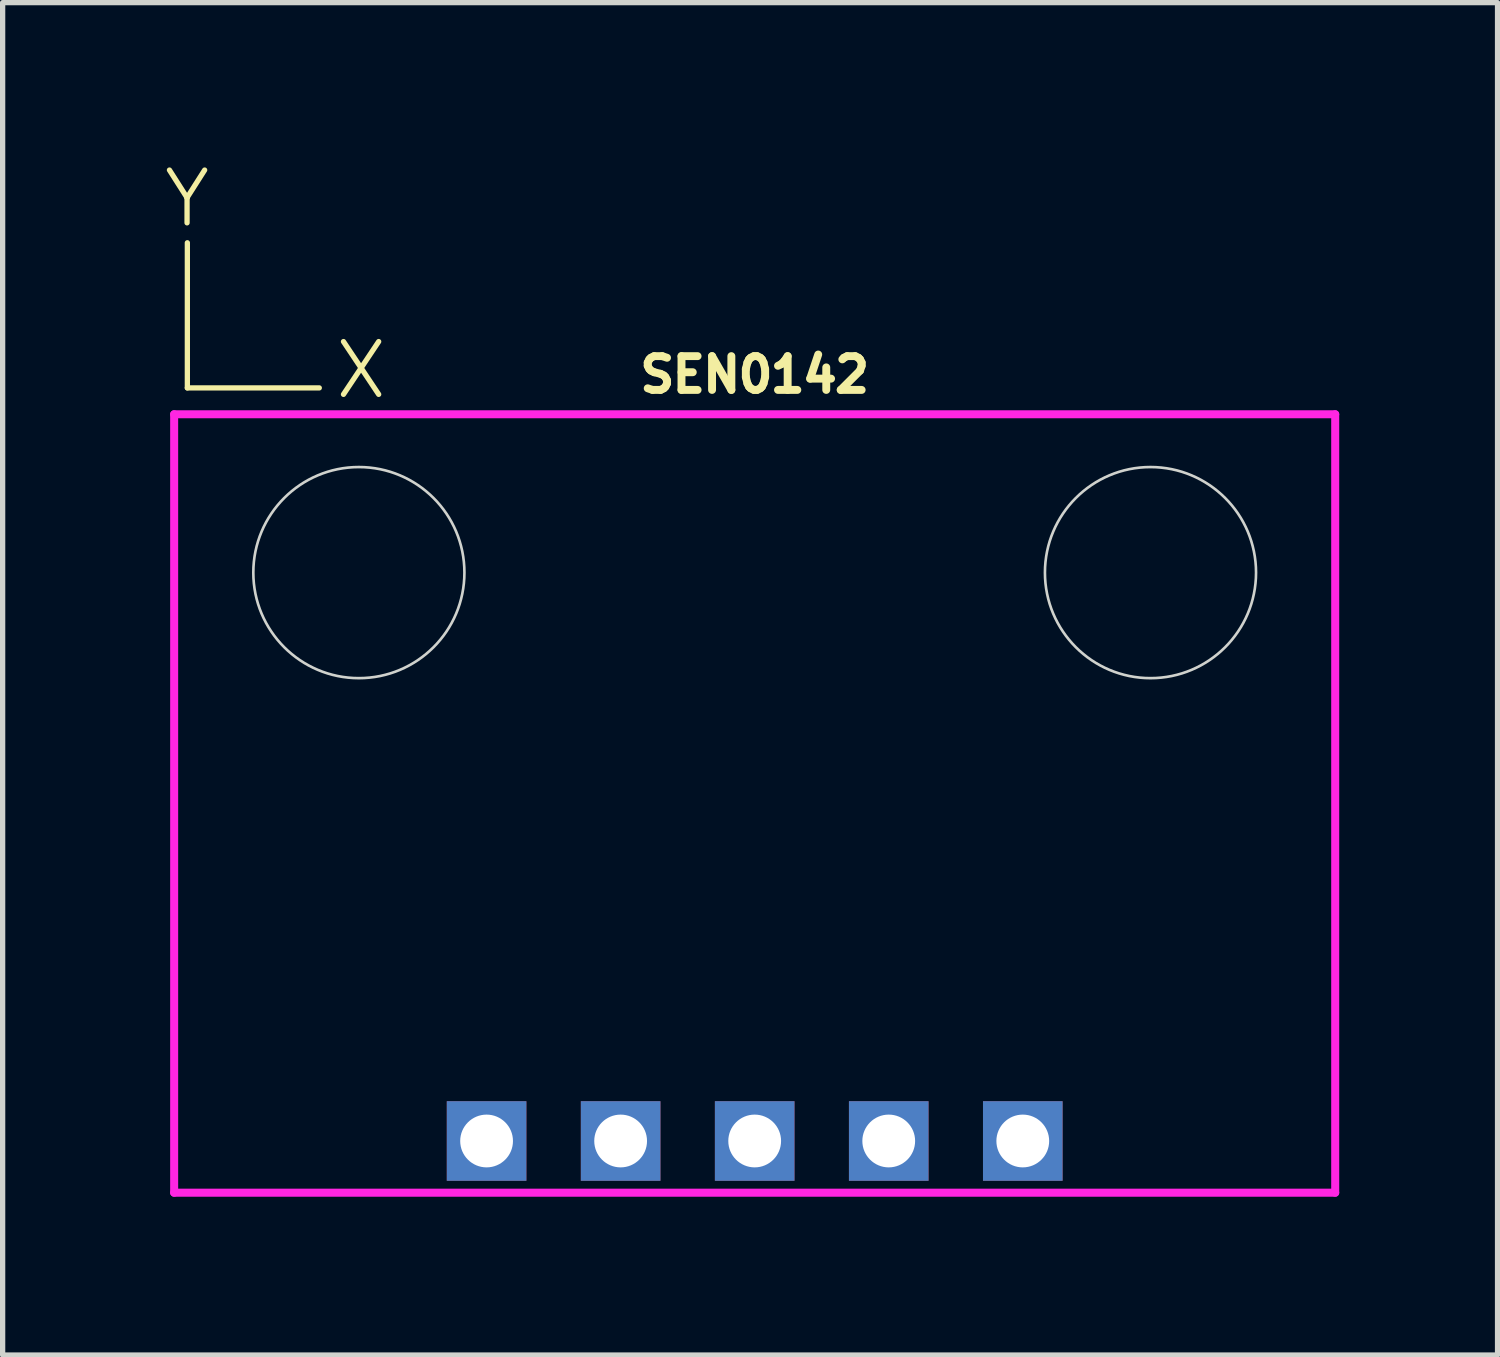
<source format=kicad_pcb>
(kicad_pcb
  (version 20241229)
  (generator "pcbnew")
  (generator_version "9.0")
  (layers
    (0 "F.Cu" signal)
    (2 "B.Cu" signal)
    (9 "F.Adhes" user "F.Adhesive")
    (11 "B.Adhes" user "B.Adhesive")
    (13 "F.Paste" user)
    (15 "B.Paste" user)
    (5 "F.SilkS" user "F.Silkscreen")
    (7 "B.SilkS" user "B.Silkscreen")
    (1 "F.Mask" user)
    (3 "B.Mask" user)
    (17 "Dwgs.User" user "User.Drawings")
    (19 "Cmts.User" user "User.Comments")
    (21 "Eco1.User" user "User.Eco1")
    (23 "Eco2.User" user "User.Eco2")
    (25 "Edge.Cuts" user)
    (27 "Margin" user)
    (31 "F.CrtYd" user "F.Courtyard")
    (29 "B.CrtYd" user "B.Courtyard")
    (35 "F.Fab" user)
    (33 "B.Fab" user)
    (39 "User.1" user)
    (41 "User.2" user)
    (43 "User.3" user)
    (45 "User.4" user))
  (footprint "SEN0142"
    (layer "F.Cu")
    (at 11.25 17.3)
    (property "Reference" "SEN0142" (at 0 -13.25 0) (layer "F.SilkS") (effects (font (size 0.64 0.64) (thickness 0.15))))
    (attr through_hole)
    (fp_line (start -10.75 -15.75) (end -10.75 -13) (stroke (width 0.1) (type default)) (layer "F.SilkS"))
    (fp_line (start -10.75 -13) (end -8.25 -13) (stroke (width 0.1) (type default)) (layer "F.SilkS"))
    (fp_circle (center -7.5 -9.5) (end -5.5 -9.5) (stroke (width 0.05) (type default)) (fill no) (layer "Edge.Cuts"))
    (fp_circle (center 7.5 -9.5) (end 9.5 -9.5) (stroke (width 0.05) (type default)) (fill no) (layer "Edge.Cuts"))
    (fp_line (start -11 -12.5) (end -11 2.25) (stroke (width 0.152) (type solid)) (layer "F.CrtYd"))
    (fp_line (start 11 -12.5) (end -11 -12.5) (stroke (width 0.152) (type solid)) (layer "F.CrtYd"))
    (fp_line (start 11 2.25) (end -11 2.25) (stroke (width 0.152) (type solid)) (layer "F.CrtYd"))
    (fp_line (start 11 2.25) (end 11 -12.5) (stroke (width 0.152) (type solid)) (layer "F.CrtYd"))
    (fp_text user "Y" (at -11.25 -16 0) (unlocked yes) (layer "F.SilkS") (effects (font (size 1 1) (thickness 0.1)) (justify left bottom)))
    (fp_text user "X" (at -8 -12.75 0) (unlocked yes) (layer "F.SilkS") (effects (font (size 1 1) (thickness 0.1)) (justify left bottom)))
    (pad "1" thru_hole rect (at -5.08 1.27) (size 1.508 1.508) (drill 1) (layers "*.Cu" "*.Mask"))
    (pad "2" thru_hole rect (at -2.54 1.27) (size 1.508 1.508) (drill 1) (layers "*.Cu" "*.Mask"))
    (pad "3" thru_hole rect (at 0 1.27) (size 1.508 1.508) (drill 1) (layers "*.Cu" "*.Mask"))
    (pad "4" thru_hole rect (at 2.54 1.27) (size 1.508 1.508) (drill 1) (layers "*.Cu" "*.Mask"))
    (pad "5" thru_hole rect (at 5.08 1.27) (size 1.508 1.508) (drill 1) (layers "*.Cu" "*.Mask")))
  (gr_rect
    (start -3 -3)
    (end 25.326 22.626)
    (stroke (width 0.1) (type default))
    (fill no)
    (layer "Edge.Cuts")))
</source>
